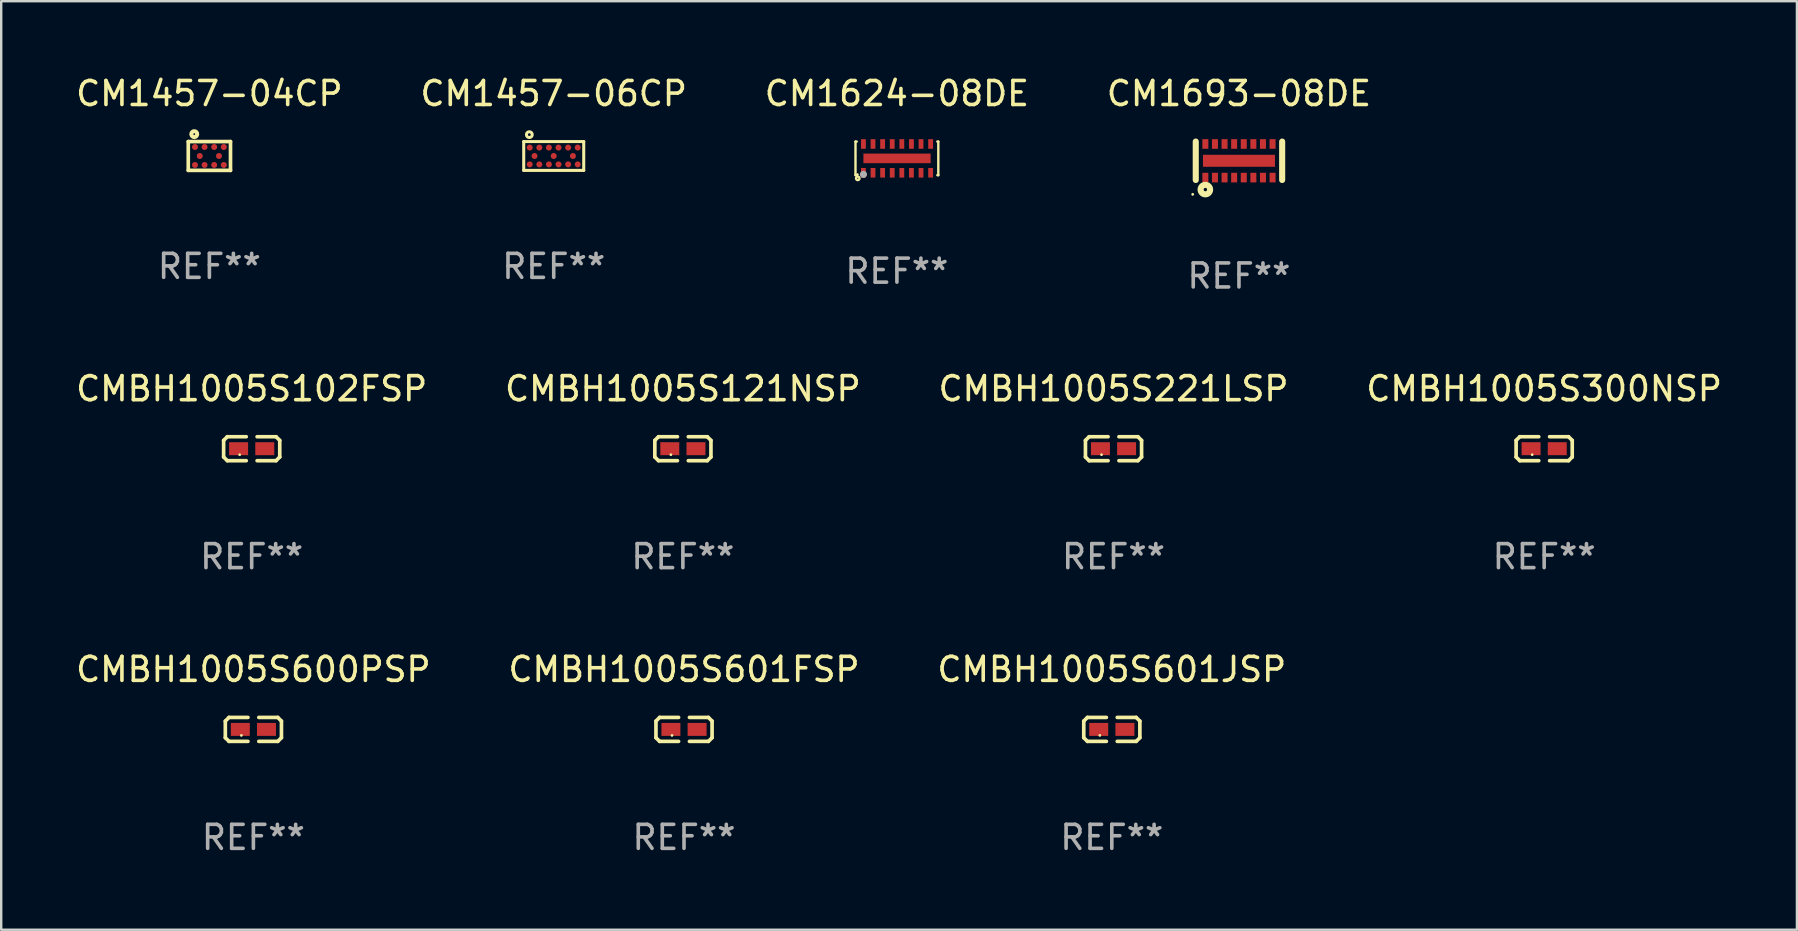
<source format=kicad_pcb>
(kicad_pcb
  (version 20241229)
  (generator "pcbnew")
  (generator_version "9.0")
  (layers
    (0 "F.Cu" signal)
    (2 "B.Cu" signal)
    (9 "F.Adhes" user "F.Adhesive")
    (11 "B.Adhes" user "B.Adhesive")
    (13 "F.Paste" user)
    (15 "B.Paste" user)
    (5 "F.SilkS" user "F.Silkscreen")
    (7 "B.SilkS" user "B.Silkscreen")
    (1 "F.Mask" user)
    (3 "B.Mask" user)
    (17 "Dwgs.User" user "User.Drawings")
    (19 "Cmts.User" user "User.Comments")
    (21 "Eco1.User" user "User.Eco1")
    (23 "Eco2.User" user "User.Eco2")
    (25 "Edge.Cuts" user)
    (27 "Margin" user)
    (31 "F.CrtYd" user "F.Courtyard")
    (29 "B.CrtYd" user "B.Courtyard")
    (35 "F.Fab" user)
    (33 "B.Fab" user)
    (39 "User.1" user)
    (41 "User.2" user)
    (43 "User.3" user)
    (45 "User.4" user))
  (footprint "CMBH1005S600PSP"
    (layer "F.Cu")
    (at 7.506 27.337)
    (property "Reference" "CMBH1005S600PSP" (at 0 -2.499 0) (layer "F.SilkS") (effects (font (size 1 1) (thickness 0.15))))
    (attr through_hole)
    (fp_line (start -1.169 -0.346) (end -1.016 -0.499) (stroke (width 0.152) (type solid)) (layer "F.SilkS"))
    (fp_line (start -1.169 0.346) (end -1.169 -0.346) (stroke (width 0.152) (type solid)) (layer "F.SilkS"))
    (fp_line (start -1.016 -0.499) (end -0.226 -0.499) (stroke (width 0.152) (type solid)) (layer "F.SilkS"))
    (fp_line (start -1.016 0.499) (end -1.169 0.346) (stroke (width 0.152) (type solid)) (layer "F.SilkS"))
    (fp_line (start -0.226 0.499) (end -1.016 0.499) (stroke (width 0.152) (type solid)) (layer "F.SilkS"))
    (fp_line (start 0.226 0.499) (end 1.016 0.499) (stroke (width 0.152) (type solid)) (layer "F.SilkS"))
    (fp_line (start 1.016 -0.499) (end 0.226 -0.499) (stroke (width 0.152) (type solid)) (layer "F.SilkS"))
    (fp_line (start 1.016 0.499) (end 1.169 0.346) (stroke (width 0.152) (type solid)) (layer "F.SilkS"))
    (fp_line (start 1.169 -0.346) (end 1.016 -0.499) (stroke (width 0.152) (type solid)) (layer "F.SilkS"))
    (fp_line (start 1.169 0.346) (end 1.169 -0.346) (stroke (width 0.152) (type solid)) (layer "F.SilkS"))
    (fp_circle (center -0.5 0.25) (end -0.47 0.25) (stroke (width 0.06) (type solid)) (fill no) (layer "F.SilkS"))
    (fp_text user "REF**" (at 0 4.499 0) (layer "F.Fab") (effects (font (size 1 1) (thickness 0.15))))
    (pad "1" smd rect (at -0.545 0) (size 0.79 0.54) (layers "F.Cu" "F.Mask" "F.Paste"))
    (pad "2" smd rect (at 0.545 0) (size 0.79 0.54) (layers "F.Cu" "F.Mask" "F.Paste")))
  (footprint "CM1693-08DE"
    (layer "F.Cu")
    (at 48.565 3.648)
    (property "Reference" "CM1693-08DE" (at 0 -2.8 0) (layer "F.SilkS") (effects (font (size 1 1) (thickness 0.15))))
    (attr through_hole)
    (fp_line (start -1.8 0.8) (end -1.8 -0.8) (stroke (width 0.254) (type solid)) (layer "F.SilkS"))
    (fp_line (start 1.8 0.8) (end 1.8 -0.8) (stroke (width 0.254) (type solid)) (layer "F.SilkS"))
    (fp_circle (center -1.927 1.398) (end -1.897 1.398) (stroke (width 0.06) (type solid)) (fill no) (layer "F.SilkS"))
    (fp_circle (center -1.4 1.2) (end -1.329 1.2) (stroke (width 0.254) (type solid)) (fill no) (layer "F.SilkS"))
    (fp_text user "REF**" (at 0 4.8 0) (layer "F.Fab") (effects (font (size 1 1) (thickness 0.15))))
    (pad "1" smd rect (at -1.4 0.7) (size 0.25 0.4) (layers "F.Cu" "F.Mask" "F.Paste"))
    (pad "2" smd rect (at -1 0.7) (size 0.25 0.4) (layers "F.Cu" "F.Mask" "F.Paste"))
    (pad "3" smd rect (at -0.6 0.7) (size 0.25 0.4) (layers "F.Cu" "F.Mask" "F.Paste"))
    (pad "4" smd rect (at -0.2 0.7) (size 0.25 0.4) (layers "F.Cu" "F.Mask" "F.Paste"))
    (pad "5" smd rect (at 0.2 0.7) (size 0.25 0.4) (layers "F.Cu" "F.Mask" "F.Paste"))
    (pad "6" smd rect (at 0.6 0.7) (size 0.25 0.4) (layers "F.Cu" "F.Mask" "F.Paste"))
    (pad "7" smd rect (at 1 0.7) (size 0.25 0.4) (layers "F.Cu" "F.Mask" "F.Paste"))
    (pad "8" smd rect (at 1.4 0.7) (size 0.25 0.4) (layers "F.Cu" "F.Mask" "F.Paste"))
    (pad "9" smd rect (at 1.4 -0.7) (size 0.25 0.4) (layers "F.Cu" "F.Mask" "F.Paste"))
    (pad "10" smd rect (at 1 -0.7) (size 0.25 0.4) (layers "F.Cu" "F.Mask" "F.Paste"))
    (pad "11" smd rect (at 0.6 -0.7) (size 0.25 0.4) (layers "F.Cu" "F.Mask" "F.Paste"))
    (pad "12" smd rect (at 0.2 -0.7) (size 0.25 0.4) (layers "F.Cu" "F.Mask" "F.Paste"))
    (pad "13" smd rect (at -0.2 -0.7) (size 0.25 0.4) (layers "F.Cu" "F.Mask" "F.Paste"))
    (pad "14" smd rect (at -0.6 -0.7) (size 0.25 0.4) (layers "F.Cu" "F.Mask" "F.Paste"))
    (pad "15" smd rect (at -1 -0.7) (size 0.25 0.4) (layers "F.Cu" "F.Mask" "F.Paste"))
    (pad "16" smd rect (at -1.4 -0.7) (size 0.25 0.4) (layers "F.Cu" "F.Mask" "F.Paste"))
    (pad "17" smd rect (at 0.000356 0.000152 180) (size 3 0.5) (layers "F.Cu" "F.Mask" "F.Paste")))
  (footprint "CMBH1005S601JSP"
    (layer "F.Cu")
    (at 43.268 27.337)
    (property "Reference" "CMBH1005S601JSP" (at 0 -2.499 0) (layer "F.SilkS") (effects (font (size 1 1) (thickness 0.15))))
    (attr through_hole)
    (fp_line (start -1.169 -0.346) (end -1.016 -0.499) (stroke (width 0.152) (type solid)) (layer "F.SilkS"))
    (fp_line (start -1.169 0.346) (end -1.169 -0.346) (stroke (width 0.152) (type solid)) (layer "F.SilkS"))
    (fp_line (start -1.016 -0.499) (end -0.226 -0.499) (stroke (width 0.152) (type solid)) (layer "F.SilkS"))
    (fp_line (start -1.016 0.499) (end -1.169 0.346) (stroke (width 0.152) (type solid)) (layer "F.SilkS"))
    (fp_line (start -0.226 0.499) (end -1.016 0.499) (stroke (width 0.152) (type solid)) (layer "F.SilkS"))
    (fp_line (start 0.226 0.499) (end 1.016 0.499) (stroke (width 0.152) (type solid)) (layer "F.SilkS"))
    (fp_line (start 1.016 -0.499) (end 0.226 -0.499) (stroke (width 0.152) (type solid)) (layer "F.SilkS"))
    (fp_line (start 1.016 0.499) (end 1.169 0.346) (stroke (width 0.152) (type solid)) (layer "F.SilkS"))
    (fp_line (start 1.169 -0.346) (end 1.016 -0.499) (stroke (width 0.152) (type solid)) (layer "F.SilkS"))
    (fp_line (start 1.169 0.346) (end 1.169 -0.346) (stroke (width 0.152) (type solid)) (layer "F.SilkS"))
    (fp_circle (center -0.5 0.25) (end -0.47 0.25) (stroke (width 0.06) (type solid)) (fill no) (layer "F.SilkS"))
    (fp_text user "REF**" (at 0 4.499 0) (layer "F.Fab") (effects (font (size 1 1) (thickness 0.15))))
    (pad "1" smd rect (at -0.545 0) (size 0.79 0.54) (layers "F.Cu" "F.Mask" "F.Paste"))
    (pad "2" smd rect (at 0.545 0) (size 0.79 0.54) (layers "F.Cu" "F.Mask" "F.Paste")))
  (footprint "CM1457-04CP"
    (layer "F.Cu")
    (at 5.673 3.448)
    (property "Reference" "CM1457-04CP" (at 0 -2.6 0) (layer "F.SilkS") (effects (font (size 1 1) (thickness 0.15))))
    (attr through_hole)
    (fp_line (start -0.88 -0.6) (end 0.88 -0.6) (stroke (width 0.152) (type solid)) (layer "F.SilkS"))
    (fp_line (start -0.88 0.6) (end -0.88 -0.6) (stroke (width 0.152) (type solid)) (layer "F.SilkS"))
    (fp_line (start 0.88 0.6) (end -0.88 0.6) (stroke (width 0.152) (type solid)) (layer "F.SilkS"))
    (fp_line (start 0.88 0.6) (end 0.88 -0.6) (stroke (width 0.152) (type solid)) (layer "F.SilkS"))
    (fp_circle (center -0.63 -0.91) (end -0.508 -0.91) (stroke (width 0.17) (type solid)) (fill no) (layer "F.SilkS"))
    (fp_text user "REF**" (at 0 4.6 0) (layer "F.Fab") (effects (font (size 1 1) (thickness 0.15))))
    (pad "A1" smd circle (at -0.6 -0.374) (size 0.25 0.25) (layers "F.Cu" "F.Mask" "F.Paste"))
    (pad "A2" smd circle (at -0.2 -0.374) (size 0.25 0.25) (layers "F.Cu" "F.Mask" "F.Paste"))
    (pad "A3" smd circle (at 0.2 -0.374) (size 0.25 0.25) (layers "F.Cu" "F.Mask" "F.Paste"))
    (pad "A4" smd circle (at 0.6 -0.374) (size 0.25 0.25) (layers "F.Cu" "F.Mask" "F.Paste"))
    (pad "B1" smd circle (at -0.4 0.000013) (size 0.25 0.25) (layers "F.Cu" "F.Mask" "F.Paste"))
    (pad "B2" smd circle (at 0.4 -0.000241) (size 0.25 0.25) (layers "F.Cu" "F.Mask" "F.Paste"))
    (pad "C1" smd circle (at -0.6 0.374) (size 0.25 0.25) (layers "F.Cu" "F.Mask" "F.Paste"))
    (pad "C2" smd circle (at -0.2 0.374) (size 0.25 0.25) (layers "F.Cu" "F.Mask" "F.Paste"))
    (pad "C3" smd circle (at 0.2 0.374) (size 0.25 0.25) (layers "F.Cu" "F.Mask" "F.Paste"))
    (pad "C4" smd circle (at 0.6 0.374) (size 0.25 0.25) (layers "F.Cu" "F.Mask" "F.Paste")))
  (footprint "CM1624-08DE"
    (layer "F.Cu")
    (at 34.315 3.548)
    (property "Reference" "CM1624-08DE" (at 0 -2.7 0) (layer "F.SilkS") (effects (font (size 1 1) (thickness 0.15))))
    (attr through_hole)
    (fp_line (start -1.725 -0.7) (end -1.725 0.7) (stroke (width 0.1) (type solid)) (layer "F.SilkS"))
    (fp_line (start -1.725 -0.7) (end -1.674 -0.7) (stroke (width 0.1) (type solid)) (layer "F.SilkS"))
    (fp_line (start -1.725 0.7) (end -1.674 0.7) (stroke (width 0.1) (type solid)) (layer "F.SilkS"))
    (fp_line (start 1.684 -0.7) (end 1.725 -0.7) (stroke (width 0.1) (type solid)) (layer "F.SilkS"))
    (fp_line (start 1.684 0.7) (end 1.725 0.7) (stroke (width 0.1) (type solid)) (layer "F.SilkS"))
    (fp_line (start 1.725 -0.7) (end 1.725 0.7) (stroke (width 0.1) (type solid)) (layer "F.SilkS"))
    (fp_circle (center -1.645 0.675) (end -1.615 0.675) (stroke (width 0.06) (type solid)) (fill no) (layer "F.SilkS"))
    (fp_circle (center -1.631 0.832) (end -1.608 0.832) (stroke (width 0.1) (type solid)) (fill no) (layer "F.SilkS"))
    (fp_circle (center -1.394 0.668) (end -1.319 0.668) (stroke (width 0.15) (type solid)) (fill no) (layer "F.Fab"))
    (fp_text user "REF**" (at 0 4.7 0) (layer "F.Fab") (effects (font (size 1 1) (thickness 0.15))))
    (pad "1" smd rect (at -1.395 0.6) (size 0.2 0.4) (layers "F.Cu" "F.Mask" "F.Paste"))
    (pad "2" smd rect (at -0.995 0.6) (size 0.2 0.4) (layers "F.Cu" "F.Mask" "F.Paste"))
    (pad "3" smd rect (at -0.595 0.6) (size 0.2 0.4) (layers "F.Cu" "F.Mask" "F.Paste"))
    (pad "4" smd rect (at -0.195 0.6) (size 0.2 0.4) (layers "F.Cu" "F.Mask" "F.Paste"))
    (pad "5" smd rect (at 0.205 0.6) (size 0.2 0.4) (layers "F.Cu" "F.Mask" "F.Paste"))
    (pad "6" smd rect (at 0.605 0.6) (size 0.2 0.4) (layers "F.Cu" "F.Mask" "F.Paste"))
    (pad "7" smd rect (at 1.005 0.6) (size 0.2 0.4) (layers "F.Cu" "F.Mask" "F.Paste"))
    (pad "8" smd rect (at 1.405 0.6) (size 0.2 0.4) (layers "F.Cu" "F.Mask" "F.Paste"))
    (pad "9" smd rect (at 1.405 -0.6) (size 0.2 0.4) (layers "F.Cu" "F.Mask" "F.Paste"))
    (pad "10" smd rect (at 1.005 -0.6) (size 0.2 0.4) (layers "F.Cu" "F.Mask" "F.Paste"))
    (pad "11" smd rect (at 0.605 -0.6) (size 0.2 0.4) (layers "F.Cu" "F.Mask" "F.Paste"))
    (pad "12" smd rect (at 0.205 -0.6) (size 0.2 0.4) (layers "F.Cu" "F.Mask" "F.Paste"))
    (pad "13" smd rect (at -0.195 -0.6) (size 0.2 0.4) (layers "F.Cu" "F.Mask" "F.Paste"))
    (pad "14" smd rect (at -0.595 -0.6) (size 0.2 0.4) (layers "F.Cu" "F.Mask" "F.Paste"))
    (pad "15" smd rect (at -0.995 -0.6) (size 0.2 0.4) (layers "F.Cu" "F.Mask" "F.Paste"))
    (pad "16" smd rect (at -1.395 -0.6) (size 0.2 0.4) (layers "F.Cu" "F.Mask" "F.Paste"))
    (pad "17" smd rect (at 0.005 -0.000051) (size 2.8 0.4) (layers "F.Cu" "F.Mask" "F.Paste")))
  (footprint "CMBH1005S300NSP"
    (layer "F.Cu")
    (at 61.28 15.643)
    (property "Reference" "CMBH1005S300NSP" (at 0 -2.499 0) (layer "F.SilkS") (effects (font (size 1 1) (thickness 0.15))))
    (attr through_hole)
    (fp_line (start -1.169 -0.346) (end -1.016 -0.499) (stroke (width 0.152) (type solid)) (layer "F.SilkS"))
    (fp_line (start -1.169 0.346) (end -1.169 -0.346) (stroke (width 0.152) (type solid)) (layer "F.SilkS"))
    (fp_line (start -1.016 -0.499) (end -0.226 -0.499) (stroke (width 0.152) (type solid)) (layer "F.SilkS"))
    (fp_line (start -1.016 0.499) (end -1.169 0.346) (stroke (width 0.152) (type solid)) (layer "F.SilkS"))
    (fp_line (start -0.226 0.499) (end -1.016 0.499) (stroke (width 0.152) (type solid)) (layer "F.SilkS"))
    (fp_line (start 0.226 0.499) (end 1.016 0.499) (stroke (width 0.152) (type solid)) (layer "F.SilkS"))
    (fp_line (start 1.016 -0.499) (end 0.226 -0.499) (stroke (width 0.152) (type solid)) (layer "F.SilkS"))
    (fp_line (start 1.016 0.499) (end 1.169 0.346) (stroke (width 0.152) (type solid)) (layer "F.SilkS"))
    (fp_line (start 1.169 -0.346) (end 1.016 -0.499) (stroke (width 0.152) (type solid)) (layer "F.SilkS"))
    (fp_line (start 1.169 0.346) (end 1.169 -0.346) (stroke (width 0.152) (type solid)) (layer "F.SilkS"))
    (fp_circle (center -0.5 0.25) (end -0.47 0.25) (stroke (width 0.06) (type solid)) (fill no) (layer "F.SilkS"))
    (fp_text user "REF**" (at 0 4.499 0) (layer "F.Fab") (effects (font (size 1 1) (thickness 0.15))))
    (pad "1" smd rect (at -0.545 0) (size 0.79 0.54) (layers "F.Cu" "F.Mask" "F.Paste"))
    (pad "2" smd rect (at 0.545 0) (size 0.79 0.54) (layers "F.Cu" "F.Mask" "F.Paste")))
  (footprint "CM1457-06CP"
    (layer "F.Cu")
    (at 20.018 3.448)
    (property "Reference" "CM1457-06CP" (at 0 -2.6 0) (layer "F.SilkS") (effects (font (size 1 1) (thickness 0.15))))
    (attr through_hole)
    (fp_line (start -1.25 -0.6) (end -1.25 0.6) (stroke (width 0.127) (type solid)) (layer "F.SilkS"))
    (fp_line (start -1.25 0.6) (end 1.25 0.6) (stroke (width 0.127) (type solid)) (layer "F.SilkS"))
    (fp_line (start 1.25 -0.6) (end -1.25 -0.6) (stroke (width 0.127) (type solid)) (layer "F.SilkS"))
    (fp_line (start 1.25 -0.6) (end 1.25 0.6) (stroke (width 0.127) (type solid)) (layer "F.SilkS"))
    (fp_circle (center -1.016 -0.889) (end -0.959 -0.889) (stroke (width 0.127) (type solid)) (fill no) (layer "F.SilkS"))
    (fp_text user "REF**" (at 0 4.6 0) (layer "F.Fab") (effects (font (size 1 1) (thickness 0.15))))
    (pad "A1" smd circle (at -1 -0.35) (size 0.25 0.25) (layers "F.Cu" "F.Mask" "F.Paste"))
    (pad "A2" smd circle (at -0.6 -0.35) (size 0.25 0.25) (layers "F.Cu" "F.Mask" "F.Paste"))
    (pad "A3" smd circle (at -0.2 -0.35) (size 0.25 0.25) (layers "F.Cu" "F.Mask" "F.Paste"))
    (pad "A4" smd circle (at 0.2 -0.35) (size 0.25 0.25) (layers "F.Cu" "F.Mask" "F.Paste"))
    (pad "A5" smd circle (at 0.6 -0.35) (size 0.25 0.25) (layers "F.Cu" "F.Mask" "F.Paste"))
    (pad "A6" smd circle (at 1 -0.35) (size 0.25 0.25) (layers "F.Cu" "F.Mask" "F.Paste"))
    (pad "B1" smd circle (at -0.8 -0.000051) (size 0.25 0.25) (layers "F.Cu" "F.Mask" "F.Paste"))
    (pad "B2" smd circle (at 0 -0.000051) (size 0.25 0.25) (layers "F.Cu" "F.Mask" "F.Paste"))
    (pad "B3" smd circle (at 0.8 -0.000051) (size 0.25 0.25) (layers "F.Cu" "F.Mask" "F.Paste"))
    (pad "C1" smd circle (at -1 0.35) (size 0.25 0.25) (layers "F.Cu" "F.Mask" "F.Paste"))
    (pad "C2" smd circle (at -0.6 0.35) (size 0.25 0.25) (layers "F.Cu" "F.Mask" "F.Paste"))
    (pad "C3" smd circle (at -0.2 0.35) (size 0.25 0.25) (layers "F.Cu" "F.Mask" "F.Paste"))
    (pad "C4" smd circle (at 0.2 0.35) (size 0.25 0.25) (layers "F.Cu" "F.Mask" "F.Paste"))
    (pad "C5" smd circle (at 0.6 0.35) (size 0.25 0.25) (layers "F.Cu" "F.Mask" "F.Paste"))
    (pad "C6" smd circle (at 1 0.35) (size 0.25 0.25) (layers "F.Cu" "F.Mask" "F.Paste")))
  (footprint "CMBH1005S601FSP"
    (layer "F.Cu")
    (at 25.446 27.337)
    (property "Reference" "CMBH1005S601FSP" (at 0 -2.499 0) (layer "F.SilkS") (effects (font (size 1 1) (thickness 0.15))))
    (attr through_hole)
    (fp_line (start -1.169 -0.346) (end -1.016 -0.499) (stroke (width 0.152) (type solid)) (layer "F.SilkS"))
    (fp_line (start -1.169 0.346) (end -1.169 -0.346) (stroke (width 0.152) (type solid)) (layer "F.SilkS"))
    (fp_line (start -1.016 -0.499) (end -0.226 -0.499) (stroke (width 0.152) (type solid)) (layer "F.SilkS"))
    (fp_line (start -1.016 0.499) (end -1.169 0.346) (stroke (width 0.152) (type solid)) (layer "F.SilkS"))
    (fp_line (start -0.226 0.499) (end -1.016 0.499) (stroke (width 0.152) (type solid)) (layer "F.SilkS"))
    (fp_line (start 0.226 0.499) (end 1.016 0.499) (stroke (width 0.152) (type solid)) (layer "F.SilkS"))
    (fp_line (start 1.016 -0.499) (end 0.226 -0.499) (stroke (width 0.152) (type solid)) (layer "F.SilkS"))
    (fp_line (start 1.016 0.499) (end 1.169 0.346) (stroke (width 0.152) (type solid)) (layer "F.SilkS"))
    (fp_line (start 1.169 -0.346) (end 1.016 -0.499) (stroke (width 0.152) (type solid)) (layer "F.SilkS"))
    (fp_line (start 1.169 0.346) (end 1.169 -0.346) (stroke (width 0.152) (type solid)) (layer "F.SilkS"))
    (fp_circle (center -0.5 0.25) (end -0.47 0.25) (stroke (width 0.06) (type solid)) (fill no) (layer "F.SilkS"))
    (fp_text user "REF**" (at 0 4.499 0) (layer "F.Fab") (effects (font (size 1 1) (thickness 0.15))))
    (pad "1" smd rect (at -0.545 0) (size 0.79 0.54) (layers "F.Cu" "F.Mask" "F.Paste"))
    (pad "2" smd rect (at 0.545 0) (size 0.79 0.54) (layers "F.Cu" "F.Mask" "F.Paste")))
  (footprint "CMBH1005S221LSP"
    (layer "F.Cu")
    (at 43.339 15.643)
    (property "Reference" "CMBH1005S221LSP" (at 0 -2.499 0) (layer "F.SilkS") (effects (font (size 1 1) (thickness 0.15))))
    (attr through_hole)
    (fp_line (start -1.169 -0.346) (end -1.016 -0.499) (stroke (width 0.152) (type solid)) (layer "F.SilkS"))
    (fp_line (start -1.169 0.346) (end -1.169 -0.346) (stroke (width 0.152) (type solid)) (layer "F.SilkS"))
    (fp_line (start -1.016 -0.499) (end -0.226 -0.499) (stroke (width 0.152) (type solid)) (layer "F.SilkS"))
    (fp_line (start -1.016 0.499) (end -1.169 0.346) (stroke (width 0.152) (type solid)) (layer "F.SilkS"))
    (fp_line (start -0.226 0.499) (end -1.016 0.499) (stroke (width 0.152) (type solid)) (layer "F.SilkS"))
    (fp_line (start 0.226 0.499) (end 1.016 0.499) (stroke (width 0.152) (type solid)) (layer "F.SilkS"))
    (fp_line (start 1.016 -0.499) (end 0.226 -0.499) (stroke (width 0.152) (type solid)) (layer "F.SilkS"))
    (fp_line (start 1.016 0.499) (end 1.169 0.346) (stroke (width 0.152) (type solid)) (layer "F.SilkS"))
    (fp_line (start 1.169 -0.346) (end 1.016 -0.499) (stroke (width 0.152) (type solid)) (layer "F.SilkS"))
    (fp_line (start 1.169 0.346) (end 1.169 -0.346) (stroke (width 0.152) (type solid)) (layer "F.SilkS"))
    (fp_circle (center -0.5 0.25) (end -0.47 0.25) (stroke (width 0.06) (type solid)) (fill no) (layer "F.SilkS"))
    (fp_text user "REF**" (at 0 4.499 0) (layer "F.Fab") (effects (font (size 1 1) (thickness 0.15))))
    (pad "1" smd rect (at -0.545 0) (size 0.79 0.54) (layers "F.Cu" "F.Mask" "F.Paste"))
    (pad "2" smd rect (at 0.545 0) (size 0.79 0.54) (layers "F.Cu" "F.Mask" "F.Paste")))
  (footprint "CMBH1005S121NSP"
    (layer "F.Cu")
    (at 25.399 15.643)
    (property "Reference" "CMBH1005S121NSP" (at 0 -2.499 0) (layer "F.SilkS") (effects (font (size 1 1) (thickness 0.15))))
    (attr through_hole)
    (fp_line (start -1.169 -0.346) (end -1.016 -0.499) (stroke (width 0.152) (type solid)) (layer "F.SilkS"))
    (fp_line (start -1.169 0.346) (end -1.169 -0.346) (stroke (width 0.152) (type solid)) (layer "F.SilkS"))
    (fp_line (start -1.016 -0.499) (end -0.226 -0.499) (stroke (width 0.152) (type solid)) (layer "F.SilkS"))
    (fp_line (start -1.016 0.499) (end -1.169 0.346) (stroke (width 0.152) (type solid)) (layer "F.SilkS"))
    (fp_line (start -0.226 0.499) (end -1.016 0.499) (stroke (width 0.152) (type solid)) (layer "F.SilkS"))
    (fp_line (start 0.226 0.499) (end 1.016 0.499) (stroke (width 0.152) (type solid)) (layer "F.SilkS"))
    (fp_line (start 1.016 -0.499) (end 0.226 -0.499) (stroke (width 0.152) (type solid)) (layer "F.SilkS"))
    (fp_line (start 1.016 0.499) (end 1.169 0.346) (stroke (width 0.152) (type solid)) (layer "F.SilkS"))
    (fp_line (start 1.169 -0.346) (end 1.016 -0.499) (stroke (width 0.152) (type solid)) (layer "F.SilkS"))
    (fp_line (start 1.169 0.346) (end 1.169 -0.346) (stroke (width 0.152) (type solid)) (layer "F.SilkS"))
    (fp_circle (center -0.5 0.25) (end -0.47 0.25) (stroke (width 0.06) (type solid)) (fill no) (layer "F.SilkS"))
    (fp_text user "REF**" (at 0 4.499 0) (layer "F.Fab") (effects (font (size 1 1) (thickness 0.15))))
    (pad "1" smd rect (at -0.545 0) (size 0.79 0.54) (layers "F.Cu" "F.Mask" "F.Paste"))
    (pad "2" smd rect (at 0.545 0) (size 0.79 0.54) (layers "F.Cu" "F.Mask" "F.Paste")))
  (footprint "CMBH1005S102FSP"
    (layer "F.Cu")
    (at 7.435 15.643)
    (property "Reference" "CMBH1005S102FSP" (at 0 -2.499 0) (layer "F.SilkS") (effects (font (size 1 1) (thickness 0.15))))
    (attr through_hole)
    (fp_line (start -1.169 -0.346) (end -1.016 -0.499) (stroke (width 0.152) (type solid)) (layer "F.SilkS"))
    (fp_line (start -1.169 0.346) (end -1.169 -0.346) (stroke (width 0.152) (type solid)) (layer "F.SilkS"))
    (fp_line (start -1.016 -0.499) (end -0.226 -0.499) (stroke (width 0.152) (type solid)) (layer "F.SilkS"))
    (fp_line (start -1.016 0.499) (end -1.169 0.346) (stroke (width 0.152) (type solid)) (layer "F.SilkS"))
    (fp_line (start -0.226 0.499) (end -1.016 0.499) (stroke (width 0.152) (type solid)) (layer "F.SilkS"))
    (fp_line (start 0.226 0.499) (end 1.016 0.499) (stroke (width 0.152) (type solid)) (layer "F.SilkS"))
    (fp_line (start 1.016 -0.499) (end 0.226 -0.499) (stroke (width 0.152) (type solid)) (layer "F.SilkS"))
    (fp_line (start 1.016 0.499) (end 1.169 0.346) (stroke (width 0.152) (type solid)) (layer "F.SilkS"))
    (fp_line (start 1.169 -0.346) (end 1.016 -0.499) (stroke (width 0.152) (type solid)) (layer "F.SilkS"))
    (fp_line (start 1.169 0.346) (end 1.169 -0.346) (stroke (width 0.152) (type solid)) (layer "F.SilkS"))
    (fp_circle (center -0.5 0.25) (end -0.47 0.25) (stroke (width 0.06) (type solid)) (fill no) (layer "F.SilkS"))
    (fp_text user "REF**" (at 0 4.499 0) (layer "F.Fab") (effects (font (size 1 1) (thickness 0.15))))
    (pad "1" smd rect (at -0.545 0) (size 0.79 0.54) (layers "F.Cu" "F.Mask" "F.Paste"))
    (pad "2" smd rect (at 0.545 0) (size 0.79 0.54) (layers "F.Cu" "F.Mask" "F.Paste")))
  (gr_rect
    (start -3 -3)
    (end 71.81 35.684)
    (stroke (width 0.1) (type default))
    (fill no)
    (layer "Edge.Cuts")))
</source>
